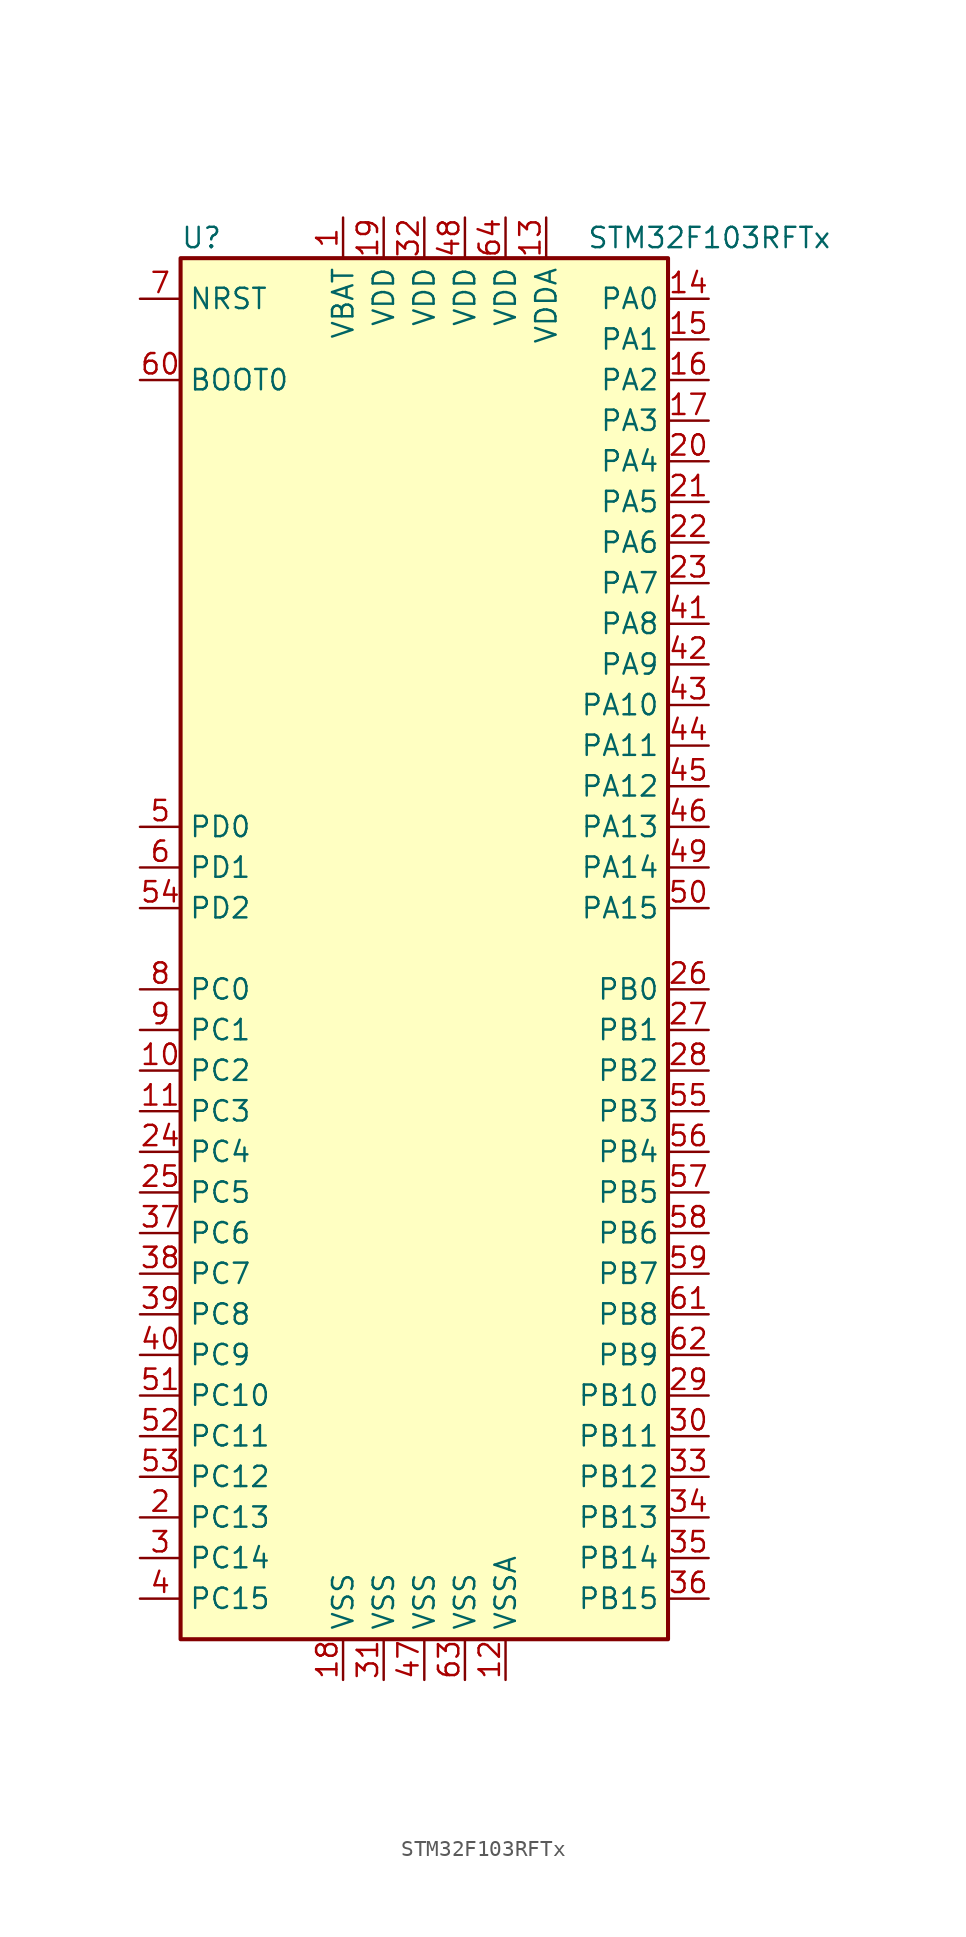
<source format=kicad_sym>
(kicad_symbol_lib
  (version 20211014)
  (generator kicad_symbol_editor)
  (symbol "STM32F103RFTx"
    (property "Reference" "U"
      (at -15.24 44.45 0)
      (effects (font (size 1.27 1.27)) (justify left)))
    (property "Value" "STM32F103RFTx"
      (at 10.16 44.45 0)
      (effects (font (size 1.27 1.27)) (justify left)))
    (symbol "STM32F103RFTx_0_1"
      (rectangle (start -15.24 -43.18) (end 15.24 43.18) (stroke (width 0.254) (type default) (color 0 0 0 0)) (fill (type background))))
    (symbol "STM32F103RFTx_1_1"
      (pin power_in line (at -5.08 45.72 270) (length 2.54) (name "VBAT" (effects (font (size 1.27 1.27)))) (number "1" (effects (font (size 1.27 1.27)))))
      (pin bidirectional line (at -17.78 -7.62 0) (length 2.54) (name "PC2" (effects (font (size 1.27 1.27)))) (number "10" (effects (font (size 1.27 1.27)))))
      (pin bidirectional line (at -17.78 -10.16 0) (length 2.54) (name "PC3" (effects (font (size 1.27 1.27)))) (number "11" (effects (font (size 1.27 1.27)))))
      (pin power_in line (at 5.08 -45.72 90) (length 2.54) (name "VSSA" (effects (font (size 1.27 1.27)))) (number "12" (effects (font (size 1.27 1.27)))))
      (pin power_in line (at 7.62 45.72 270) (length 2.54) (name "VDDA" (effects (font (size 1.27 1.27)))) (number "13" (effects (font (size 1.27 1.27)))))
      (pin bidirectional line (at 17.78 40.64 180) (length 2.54) (name "PA0" (effects (font (size 1.27 1.27)))) (number "14" (effects (font (size 1.27 1.27)))))
      (pin bidirectional line (at 17.78 38.1 180) (length 2.54) (name "PA1" (effects (font (size 1.27 1.27)))) (number "15" (effects (font (size 1.27 1.27)))))
      (pin bidirectional line (at 17.78 35.56 180) (length 2.54) (name "PA2" (effects (font (size 1.27 1.27)))) (number "16" (effects (font (size 1.27 1.27)))))
      (pin bidirectional line (at 17.78 33.02 180) (length 2.54) (name "PA3" (effects (font (size 1.27 1.27)))) (number "17" (effects (font (size 1.27 1.27)))))
      (pin power_in line (at -5.08 -45.72 90) (length 2.54) (name "VSS" (effects (font (size 1.27 1.27)))) (number "18" (effects (font (size 1.27 1.27)))))
      (pin power_in line (at -2.54 45.72 270) (length 2.54) (name "VDD" (effects (font (size 1.27 1.27)))) (number "19" (effects (font (size 1.27 1.27)))))
      (pin bidirectional line (at -17.78 -35.56 0) (length 2.54) (name "PC13" (effects (font (size 1.27 1.27)))) (number "2" (effects (font (size 1.27 1.27)))))
      (pin bidirectional line (at 17.78 30.48 180) (length 2.54) (name "PA4" (effects (font (size 1.27 1.27)))) (number "20" (effects (font (size 1.27 1.27)))))
      (pin bidirectional line (at 17.78 27.94 180) (length 2.54) (name "PA5" (effects (font (size 1.27 1.27)))) (number "21" (effects (font (size 1.27 1.27)))))
      (pin bidirectional line (at 17.78 25.4 180) (length 2.54) (name "PA6" (effects (font (size 1.27 1.27)))) (number "22" (effects (font (size 1.27 1.27)))))
      (pin bidirectional line (at 17.78 22.86 180) (length 2.54) (name "PA7" (effects (font (size 1.27 1.27)))) (number "23" (effects (font (size 1.27 1.27)))))
      (pin bidirectional line (at -17.78 -12.7 0) (length 2.54) (name "PC4" (effects (font (size 1.27 1.27)))) (number "24" (effects (font (size 1.27 1.27)))))
      (pin bidirectional line (at -17.78 -15.24 0) (length 2.54) (name "PC5" (effects (font (size 1.27 1.27)))) (number "25" (effects (font (size 1.27 1.27)))))
      (pin bidirectional line (at 17.78 -2.54 180) (length 2.54) (name "PB0" (effects (font (size 1.27 1.27)))) (number "26" (effects (font (size 1.27 1.27)))))
      (pin bidirectional line (at 17.78 -5.08 180) (length 2.54) (name "PB1" (effects (font (size 1.27 1.27)))) (number "27" (effects (font (size 1.27 1.27)))))
      (pin bidirectional line (at 17.78 -7.62 180) (length 2.54) (name "PB2" (effects (font (size 1.27 1.27)))) (number "28" (effects (font (size 1.27 1.27)))))
      (pin bidirectional line (at 17.78 -27.94 180) (length 2.54) (name "PB10" (effects (font (size 1.27 1.27)))) (number "29" (effects (font (size 1.27 1.27)))))
      (pin bidirectional line (at -17.78 -38.1 0) (length 2.54) (name "PC14" (effects (font (size 1.27 1.27)))) (number "3" (effects (font (size 1.27 1.27)))))
      (pin bidirectional line (at 17.78 -30.48 180) (length 2.54) (name "PB11" (effects (font (size 1.27 1.27)))) (number "30" (effects (font (size 1.27 1.27)))))
      (pin power_in line (at -2.54 -45.72 90) (length 2.54) (name "VSS" (effects (font (size 1.27 1.27)))) (number "31" (effects (font (size 1.27 1.27)))))
      (pin power_in line (at 0 45.72 270) (length 2.54) (name "VDD" (effects (font (size 1.27 1.27)))) (number "32" (effects (font (size 1.27 1.27)))))
      (pin bidirectional line (at 17.78 -33.02 180) (length 2.54) (name "PB12" (effects (font (size 1.27 1.27)))) (number "33" (effects (font (size 1.27 1.27)))))
      (pin bidirectional line (at 17.78 -35.56 180) (length 2.54) (name "PB13" (effects (font (size 1.27 1.27)))) (number "34" (effects (font (size 1.27 1.27)))))
      (pin bidirectional line (at 17.78 -38.1 180) (length 2.54) (name "PB14" (effects (font (size 1.27 1.27)))) (number "35" (effects (font (size 1.27 1.27)))))
      (pin bidirectional line (at 17.78 -40.64 180) (length 2.54) (name "PB15" (effects (font (size 1.27 1.27)))) (number "36" (effects (font (size 1.27 1.27)))))
      (pin bidirectional line (at -17.78 -17.78 0) (length 2.54) (name "PC6" (effects (font (size 1.27 1.27)))) (number "37" (effects (font (size 1.27 1.27)))))
      (pin bidirectional line (at -17.78 -20.32 0) (length 2.54) (name "PC7" (effects (font (size 1.27 1.27)))) (number "38" (effects (font (size 1.27 1.27)))))
      (pin bidirectional line (at -17.78 -22.86 0) (length 2.54) (name "PC8" (effects (font (size 1.27 1.27)))) (number "39" (effects (font (size 1.27 1.27)))))
      (pin bidirectional line (at -17.78 -40.64 0) (length 2.54) (name "PC15" (effects (font (size 1.27 1.27)))) (number "4" (effects (font (size 1.27 1.27)))))
      (pin bidirectional line (at -17.78 -25.4 0) (length 2.54) (name "PC9" (effects (font (size 1.27 1.27)))) (number "40" (effects (font (size 1.27 1.27)))))
      (pin bidirectional line (at 17.78 20.32 180) (length 2.54) (name "PA8" (effects (font (size 1.27 1.27)))) (number "41" (effects (font (size 1.27 1.27)))))
      (pin bidirectional line (at 17.78 17.78 180) (length 2.54) (name "PA9" (effects (font (size 1.27 1.27)))) (number "42" (effects (font (size 1.27 1.27)))))
      (pin bidirectional line (at 17.78 15.24 180) (length 2.54) (name "PA10" (effects (font (size 1.27 1.27)))) (number "43" (effects (font (size 1.27 1.27)))))
      (pin bidirectional line (at 17.78 12.7 180) (length 2.54) (name "PA11" (effects (font (size 1.27 1.27)))) (number "44" (effects (font (size 1.27 1.27)))))
      (pin bidirectional line (at 17.78 10.16 180) (length 2.54) (name "PA12" (effects (font (size 1.27 1.27)))) (number "45" (effects (font (size 1.27 1.27)))))
      (pin bidirectional line (at 17.78 7.62 180) (length 2.54) (name "PA13" (effects (font (size 1.27 1.27)))) (number "46" (effects (font (size 1.27 1.27)))))
      (pin power_in line (at 0 -45.72 90) (length 2.54) (name "VSS" (effects (font (size 1.27 1.27)))) (number "47" (effects (font (size 1.27 1.27)))))
      (pin power_in line (at 2.54 45.72 270) (length 2.54) (name "VDD" (effects (font (size 1.27 1.27)))) (number "48" (effects (font (size 1.27 1.27)))))
      (pin bidirectional line (at 17.78 5.08 180) (length 2.54) (name "PA14" (effects (font (size 1.27 1.27)))) (number "49" (effects (font (size 1.27 1.27)))))
      (pin input line (at -17.78 7.62 0) (length 2.54) (name "PD0" (effects (font (size 1.27 1.27)))) (number "5" (effects (font (size 1.27 1.27)))))
      (pin bidirectional line (at 17.78 2.54 180) (length 2.54) (name "PA15" (effects (font (size 1.27 1.27)))) (number "50" (effects (font (size 1.27 1.27)))))
      (pin bidirectional line (at -17.78 -27.94 0) (length 2.54) (name "PC10" (effects (font (size 1.27 1.27)))) (number "51" (effects (font (size 1.27 1.27)))))
      (pin bidirectional line (at -17.78 -30.48 0) (length 2.54) (name "PC11" (effects (font (size 1.27 1.27)))) (number "52" (effects (font (size 1.27 1.27)))))
      (pin bidirectional line (at -17.78 -33.02 0) (length 2.54) (name "PC12" (effects (font (size 1.27 1.27)))) (number "53" (effects (font (size 1.27 1.27)))))
      (pin bidirectional line (at -17.78 2.54 0) (length 2.54) (name "PD2" (effects (font (size 1.27 1.27)))) (number "54" (effects (font (size 1.27 1.27)))))
      (pin bidirectional line (at 17.78 -10.16 180) (length 2.54) (name "PB3" (effects (font (size 1.27 1.27)))) (number "55" (effects (font (size 1.27 1.27)))))
      (pin bidirectional line (at 17.78 -12.7 180) (length 2.54) (name "PB4" (effects (font (size 1.27 1.27)))) (number "56" (effects (font (size 1.27 1.27)))))
      (pin bidirectional line (at 17.78 -15.24 180) (length 2.54) (name "PB5" (effects (font (size 1.27 1.27)))) (number "57" (effects (font (size 1.27 1.27)))))
      (pin bidirectional line (at 17.78 -17.78 180) (length 2.54) (name "PB6" (effects (font (size 1.27 1.27)))) (number "58" (effects (font (size 1.27 1.27)))))
      (pin bidirectional line (at 17.78 -20.32 180) (length 2.54) (name "PB7" (effects (font (size 1.27 1.27)))) (number "59" (effects (font (size 1.27 1.27)))))
      (pin input line (at -17.78 5.08 0) (length 2.54) (name "PD1" (effects (font (size 1.27 1.27)))) (number "6" (effects (font (size 1.27 1.27)))))
      (pin input line (at -17.78 35.56 0) (length 2.54) (name "BOOT0" (effects (font (size 1.27 1.27)))) (number "60" (effects (font (size 1.27 1.27)))))
      (pin bidirectional line (at 17.78 -22.86 180) (length 2.54) (name "PB8" (effects (font (size 1.27 1.27)))) (number "61" (effects (font (size 1.27 1.27)))))
      (pin bidirectional line (at 17.78 -25.4 180) (length 2.54) (name "PB9" (effects (font (size 1.27 1.27)))) (number "62" (effects (font (size 1.27 1.27)))))
      (pin power_in line (at 2.54 -45.72 90) (length 2.54) (name "VSS" (effects (font (size 1.27 1.27)))) (number "63" (effects (font (size 1.27 1.27)))))
      (pin power_in line (at 5.08 45.72 270) (length 2.54) (name "VDD" (effects (font (size 1.27 1.27)))) (number "64" (effects (font (size 1.27 1.27)))))
      (pin input line (at -17.78 40.64 0) (length 2.54) (name "NRST" (effects (font (size 1.27 1.27)))) (number "7" (effects (font (size 1.27 1.27)))))
      (pin bidirectional line (at -17.78 -2.54 0) (length 2.54) (name "PC0" (effects (font (size 1.27 1.27)))) (number "8" (effects (font (size 1.27 1.27)))))
      (pin bidirectional line (at -17.78 -5.08 0) (length 2.54) (name "PC1" (effects (font (size 1.27 1.27)))) (number "9" (effects (font (size 1.27 1.27))))))))
</source>
